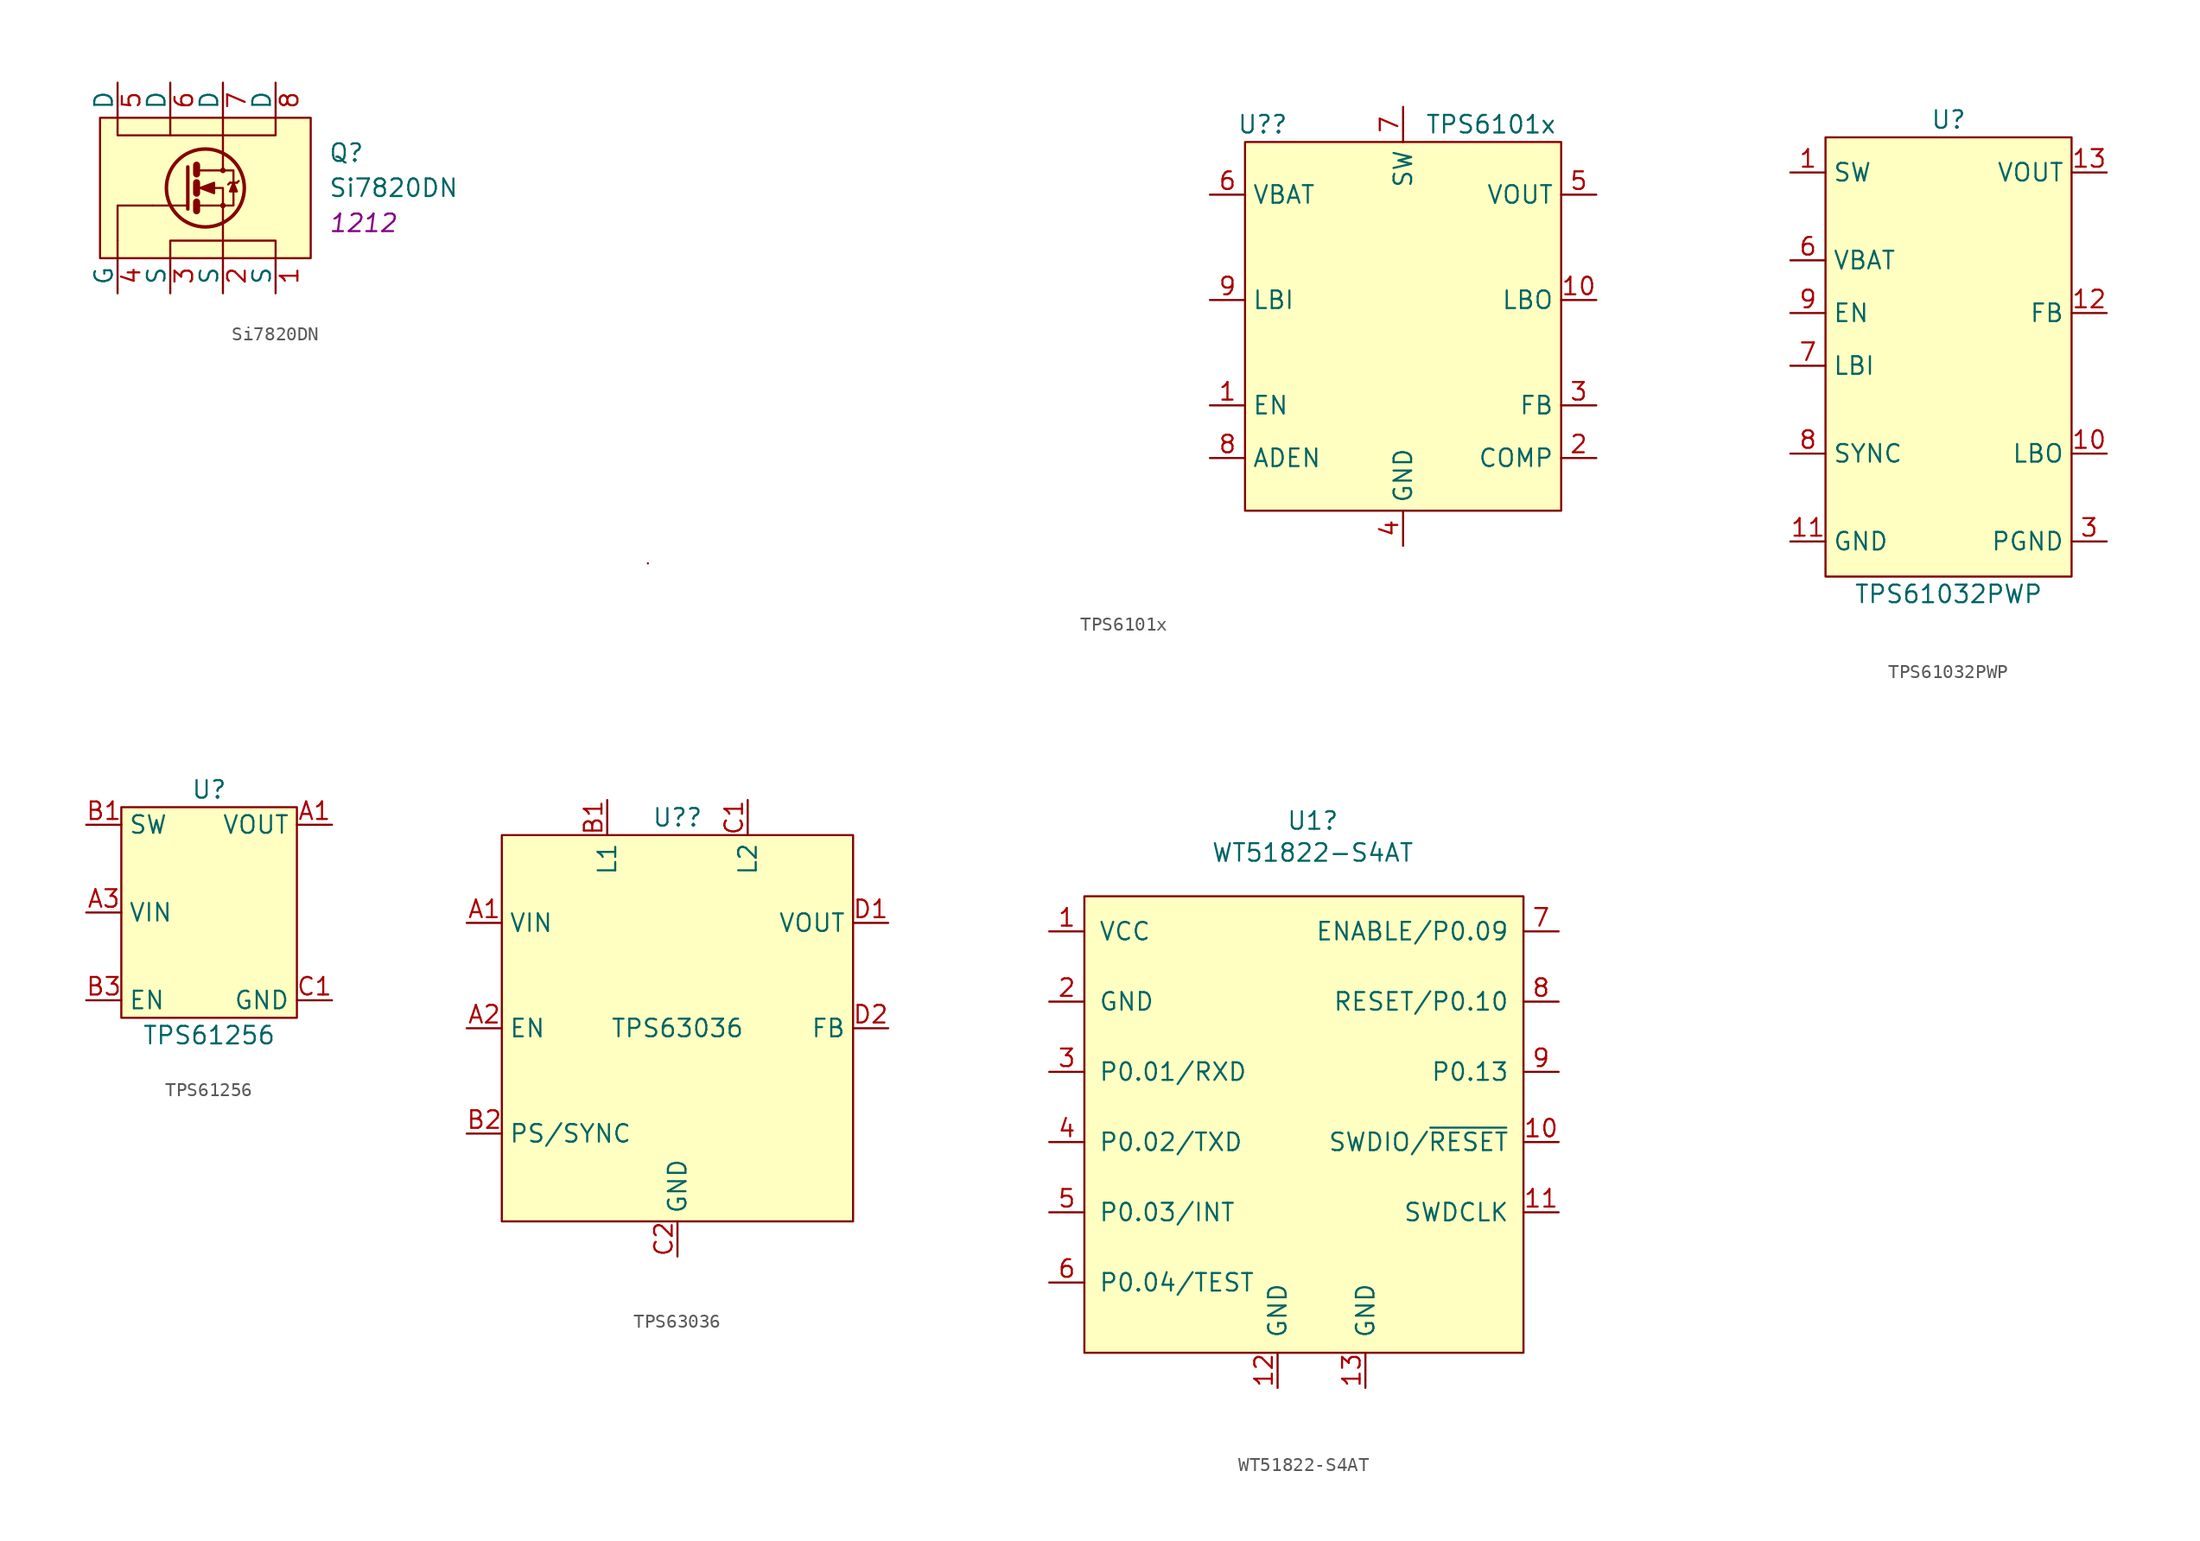
<source format=kicad_sym>
(kicad_symbol_lib
  (version 20211014)
  (generator kicad_symbol_editor)
  (symbol "Si7820DN"
    (pin_names
      (offset 0))
    (property "Reference" "Q"
      (at 10.16 2.54 0)
      (effects (font (size 1.27 1.27)) (justify left)))
    (property "Value" "Si7820DN"
      (at 10.16 0 0)
      (effects (font (size 1.27 1.27)) (justify left)))
    (property "Footprint" "1212"
      (at 10.16 -2.54 0)
      (effects (font (size 1.27 1.27) italic) (justify left)))
    (property "Datasheet" ""
      (at 0 0 0)
      (effects (font (size 1.27 1.27)) (justify left)))
    (symbol "Si7820DN_0_1"
      (rectangle (start -6.35 5.08) (end 8.89 -5.08) (stroke (width 0) (type default) (color 0 0 0 0)) (fill (type background)))
      (polyline (pts (xy -5.08 -3.81) (xy -5.08 -5.08)) (stroke (width 0) (type default) (color 0 0 0 0)) (fill (type none)))
      (polyline (pts (xy -2.54 -1.27) (xy 0 -1.27)) (stroke (width 0) (type default) (color 0 0 0 0)) (fill (type none)))
      (polyline (pts (xy -1.27 5.08) (xy -1.27 3.81)) (stroke (width 0) (type default) (color 0 0 0 0)) (fill (type none)))
      (polyline (pts (xy 0.635 -1.016) (xy 0.635 -1.651)) (stroke (width 0.508) (type default) (color 0 0 0 0)) (fill (type none)))
      (polyline (pts (xy 0.635 0.381) (xy 0.635 -0.381)) (stroke (width 0.508) (type default) (color 0 0 0 0)) (fill (type none)))
      (polyline (pts (xy 0.635 1.651) (xy 0.635 1.016)) (stroke (width 0.508) (type default) (color 0 0 0 0)) (fill (type none)))
      (polyline (pts (xy 2.54 -3.81) (xy 2.54 -5.08)) (stroke (width 0) (type default) (color 0 0 0 0)) (fill (type none)))
      (polyline (pts (xy 2.54 -2.54) (xy 2.54 -3.81)) (stroke (width 0) (type default) (color 0 0 0 0)) (fill (type none)))
      (polyline (pts (xy 2.54 2.54) (xy 2.54 5.08)) (stroke (width 0) (type default) (color 0 0 0 0)) (fill (type none)))
      (polyline (pts (xy 3.048 0.381) (xy 2.921 0.254)) (stroke (width 0) (type default) (color 0 0 0 0)) (fill (type none)))
      (polyline (pts (xy 3.048 0.381) (xy 3.556 0.381)) (stroke (width 0) (type default) (color 0 0 0 0)) (fill (type none)))
      (polyline (pts (xy 3.556 0.381) (xy 3.683 0.508)) (stroke (width 0) (type default) (color 0 0 0 0)) (fill (type none)))
      (polyline (pts (xy -5.08 -3.81) (xy -5.08 -1.27) (xy -2.54 -1.27)) (stroke (width 0) (type default) (color 0 0 0 0)) (fill (type none)))
      (polyline (pts (xy 0 1.524) (xy 0 -1.524) (xy 0 -1.524)) (stroke (width 0.254) (type default) (color 0 0 0 0)) (fill (type none)))
      (polyline (pts (xy -1.27 -5.08) (xy -1.27 -3.81) (xy 6.35 -3.81) (xy 6.35 -5.08)) (stroke (width 0) (type default) (color 0 0 0 0)) (fill (type none)))
      (polyline (pts (xy 0.762 -1.27) (xy 2.54 -1.27) (xy 2.54 -2.54) (xy 2.54 -2.54)) (stroke (width 0) (type default) (color 0 0 0 0)) (fill (type none)))
      (polyline (pts (xy 0.762 1.27) (xy 2.54 1.27) (xy 2.54 2.54) (xy 2.54 2.54)) (stroke (width 0) (type default) (color 0 0 0 0)) (fill (type none)))
      (polyline (pts (xy 2.54 1.27) (xy 3.302 1.27) (xy 3.302 -1.27) (xy 2.54 -1.27)) (stroke (width 0) (type default) (color 0 0 0 0)) (fill (type none)))
      (polyline (pts (xy 3.302 0.381) (xy 3.048 -0.254) (xy 3.556 -0.254) (xy 3.302 0.381)) (stroke (width 0) (type default) (color 0 0 0 0)) (fill (type outline)))
      (polyline (pts (xy -5.08 5.08) (xy -5.08 3.81) (xy 2.54 3.81) (xy 6.35 3.81) (xy 6.35 5.08)) (stroke (width 0) (type default) (color 0 0 0 0)) (fill (type none)))
      (polyline (pts (xy 0.762 0) (xy 1.27 0) (xy 2.54 0) (xy 2.54 -1.27) (xy 2.54 -1.27)) (stroke (width 0) (type default) (color 0 0 0 0)) (fill (type none)))
      (polyline (pts (xy 0.889 0) (xy 1.905 0.381) (xy 1.905 -0.381) (xy 0.889 0) (xy 1.016 0) (xy 1.016 0)) (stroke (width 0) (type default) (color 0 0 0 0)) (fill (type outline)))
      (circle (center 1.27 0) (radius 2.819) (stroke (width 0.254) (type default) (color 0 0 0 0)) (fill (type none)))
      (circle (center 2.54 -1.27) (radius 0.127) (stroke (width 0) (type default) (color 0 0 0 0)) (fill (type none)))
      (circle (center 2.54 1.27) (radius 0.127) (stroke (width 0) (type default) (color 0 0 0 0)) (fill (type none))))
    (symbol "Si7820DN_1_1"
      (pin passive line (at 6.35 -7.62 90) (length 2.54) (name "S" (effects (font (size 1.27 1.27)))) (number "1" (effects (font (size 1.27 1.27)))))
      (pin passive line (at 2.54 -7.62 90) (length 2.54) (name "S" (effects (font (size 1.27 1.27)))) (number "2" (effects (font (size 1.27 1.27)))))
      (pin passive line (at -1.27 -7.62 90) (length 2.54) (name "S" (effects (font (size 1.27 1.27)))) (number "3" (effects (font (size 1.27 1.27)))))
      (pin input line (at -5.08 -7.62 90) (length 2.54) (name "G" (effects (font (size 1.27 1.27)))) (number "4" (effects (font (size 1.27 1.27)))))
      (pin passive line (at -5.08 7.62 270) (length 2.54) (name "D" (effects (font (size 1.27 1.27)))) (number "5" (effects (font (size 1.27 1.27)))))
      (pin output line (at -1.27 7.62 270) (length 2.54) (name "D" (effects (font (size 1.27 1.27)))) (number "6" (effects (font (size 1.27 1.27)))))
      (pin output line (at 2.54 7.62 270) (length 2.54) (name "D" (effects (font (size 1.27 1.27)))) (number "7" (effects (font (size 1.27 1.27)))))
      (pin output line (at 6.35 7.62 270) (length 2.54) (name "D" (effects (font (size 1.27 1.27)))) (number "8" (effects (font (size 1.27 1.27)))))))
  (symbol "TPS6101x"
    (property "Reference" "U?"
      (at -10.16 7.62 0)
      (effects (font (size 1.27 1.27))))
    (property "Value" "TPS6101x"
      (at 6.35 7.62 0)
      (effects (font (size 1.27 1.27))))
    (symbol "TPS6101x_0_1"
      (rectangle (start -54.61 -24.13) (end -54.61 -24.13) (stroke (width 0.152) (type default) (color 0 0 0 0)) (fill (type none)))
      (rectangle (start -11.43 6.35) (end 11.43 -20.32) (stroke (width 0.152) (type default) (color 0 0 0 0)) (fill (type background))))
    (symbol "TPS6101x_1_1"
      (pin input line (at -13.97 -12.7 0) (length 2.54) (name "EN" (effects (font (size 1.27 1.27)))) (number "1" (effects (font (size 1.27 1.27)))))
      (pin output line (at 13.97 -5.08 180) (length 2.54) (name "LBO" (effects (font (size 1.27 1.27)))) (number "10" (effects (font (size 1.27 1.27)))))
      (pin input line (at 13.97 -16.51 180) (length 2.54) (name "COMP" (effects (font (size 1.27 1.27)))) (number "2" (effects (font (size 1.27 1.27)))))
      (pin input line (at 13.97 -12.7 180) (length 2.54) (name "FB" (effects (font (size 1.27 1.27)))) (number "3" (effects (font (size 1.27 1.27)))))
      (pin power_out line (at 0 -22.86 90) (length 2.54) (name "GND" (effects (font (size 1.27 1.27)))) (number "4" (effects (font (size 1.27 1.27)))))
      (pin power_out line (at 13.97 2.54 180) (length 2.54) (name "VOUT" (effects (font (size 1.27 1.27)))) (number "5" (effects (font (size 1.27 1.27)))))
      (pin power_in line (at -13.97 2.54 0) (length 2.54) (name "VBAT" (effects (font (size 1.27 1.27)))) (number "6" (effects (font (size 1.27 1.27)))))
      (pin input line (at 0 8.89 270) (length 2.54) (name "SW" (effects (font (size 1.27 1.27)))) (number "7" (effects (font (size 1.27 1.27)))))
      (pin input line (at -13.97 -16.51 0) (length 2.54) (name "ADEN" (effects (font (size 1.27 1.27)))) (number "8" (effects (font (size 1.27 1.27)))))
      (pin input line (at -13.97 -5.08 0) (length 2.54) (name "LBI" (effects (font (size 1.27 1.27)))) (number "9" (effects (font (size 1.27 1.27)))))))
  (symbol "TPS61032PWP"
    (property "Reference" "U"
      (at 8.89 1.27 0)
      (effects (font (size 1.27 1.27))))
    (property "Value" "TPS61032PWP"
      (at 8.89 -33.02 0)
      (effects (font (size 1.27 1.27))))
    (symbol "TPS61032PWP_0_1"
      (rectangle (start 0 0) (end 17.78 -31.75) (stroke (width 0.152) (type default) (color 0 0 0 0)) (fill (type background))))
    (symbol "TPS61032PWP_1_1"
      (pin input line (at -2.54 -2.54 0) (length 2.54) (name "SW" (effects (font (size 1.27 1.27)))) (number "1" (effects (font (size 1.27 1.27)))))
      (pin output line (at 20.32 -22.86 180) (length 2.54) (name "LBO" (effects (font (size 1.27 1.27)))) (number "10" (effects (font (size 1.27 1.27)))))
      (pin power_out line (at -2.54 -29.21 0) (length 2.54) (name "GND" (effects (font (size 1.27 1.27)))) (number "11" (effects (font (size 1.27 1.27)))))
      (pin input line (at 20.32 -12.7 180) (length 2.54) (name "FB" (effects (font (size 1.27 1.27)))) (number "12" (effects (font (size 1.27 1.27)))))
      (pin power_out line (at 20.32 -2.54 180) (length 2.54) (name "VOUT" (effects (font (size 1.27 1.27)))) (number "13" (effects (font (size 1.27 1.27)))))
      (pin power_out line (at 20.32 -2.54 180) (length 2.54) hide (name "VOUT" (effects (font (size 1.27 1.27)))) (number "14" (effects (font (size 1.27 1.27)))))
      (pin power_out line (at 20.32 -2.54 180) (length 2.54) hide (name "VOUT" (effects (font (size 1.27 1.27)))) (number "15" (effects (font (size 1.27 1.27)))))
      (pin power_out line (at 20.32 -29.21 180) (length 2.54) hide (name "PGND" (effects (font (size 1.27 1.27)))) (number "16" (effects (font (size 1.27 1.27)))))
      (pin input line (at -2.54 -2.54 0) (length 2.54) hide (name "SW" (effects (font (size 1.27 1.27)))) (number "2" (effects (font (size 1.27 1.27)))))
      (pin power_out line (at 20.32 -29.21 180) (length 2.54) (name "PGND" (effects (font (size 1.27 1.27)))) (number "3" (effects (font (size 1.27 1.27)))))
      (pin power_out line (at 20.32 -29.21 180) (length 2.54) hide (name "PGND" (effects (font (size 1.27 1.27)))) (number "4" (effects (font (size 1.27 1.27)))))
      (pin power_out line (at 20.32 -29.21 180) (length 2.54) hide (name "PGND" (effects (font (size 1.27 1.27)))) (number "5" (effects (font (size 1.27 1.27)))))
      (pin power_in line (at -2.54 -8.89 0) (length 2.54) (name "VBAT" (effects (font (size 1.27 1.27)))) (number "6" (effects (font (size 1.27 1.27)))))
      (pin input line (at -2.54 -16.51 0) (length 2.54) (name "LBI" (effects (font (size 1.27 1.27)))) (number "7" (effects (font (size 1.27 1.27)))))
      (pin input line (at -2.54 -22.86 0) (length 2.54) (name "SYNC" (effects (font (size 1.27 1.27)))) (number "8" (effects (font (size 1.27 1.27)))))
      (pin input line (at -2.54 -12.7 0) (length 2.54) (name "EN" (effects (font (size 1.27 1.27)))) (number "9" (effects (font (size 1.27 1.27)))))))
  (symbol "TPS61256"
    (property "Reference" "U"
      (at 6.35 0 0)
      (effects (font (size 1.27 1.27))))
    (property "Value" "TPS61256"
      (at 6.35 -17.78 0)
      (effects (font (size 1.27 1.27))))
    (symbol "TPS61256_0_1"
      (rectangle (start 0 -1.27) (end 12.7 -16.51) (stroke (width 0.152) (type default) (color 0 0 0 0)) (fill (type background))))
    (symbol "TPS61256_1_1"
      (pin power_out line (at 15.24 -2.54 180) (length 2.54) (name "VOUT" (effects (font (size 1.27 1.27)))) (number "A1" (effects (font (size 1.27 1.27)))))
      (pin power_out line (at 15.24 -2.54 180) (length 2.54) hide (name "VOUT" (effects (font (size 1.27 1.27)))) (number "A2" (effects (font (size 1.27 1.27)))))
      (pin power_in line (at -2.54 -8.89 0) (length 2.54) (name "VIN" (effects (font (size 1.27 1.27)))) (number "A3" (effects (font (size 1.27 1.27)))))
      (pin bidirectional line (at -2.54 -2.54 0) (length 2.54) (name "SW" (effects (font (size 1.27 1.27)))) (number "B1" (effects (font (size 1.27 1.27)))))
      (pin input line (at -2.54 -2.54 0) (length 2.54) hide (name "SW" (effects (font (size 1.27 1.27)))) (number "B2" (effects (font (size 1.27 1.27)))))
      (pin input line (at -2.54 -15.24 0) (length 2.54) (name "EN" (effects (font (size 1.27 1.27)))) (number "B3" (effects (font (size 1.27 1.27)))))
      (pin power_out line (at 15.24 -15.24 180) (length 2.54) (name "GND" (effects (font (size 1.27 1.27)))) (number "C1" (effects (font (size 1.27 1.27)))))
      (pin power_out line (at 15.24 -15.24 180) (length 2.54) hide (name "GND" (effects (font (size 1.27 1.27)))) (number "C2" (effects (font (size 1.27 1.27)))))
      (pin power_out line (at 15.24 -15.24 180) (length 2.54) hide (name "GND" (effects (font (size 1.27 1.27)))) (number "C3" (effects (font (size 1.27 1.27)))))))
  (symbol "TPS63036"
    (property "Reference" "U?"
      (at 0 1.27 0)
      (effects (font (size 1.27 1.27))))
    (property "Value" "TPS63036"
      (at 0 -13.97 0)
      (effects (font (size 1.27 1.27))))
    (symbol "TPS63036_0_1"
      (rectangle (start -12.7 0) (end 12.7 -27.94) (stroke (width 0.152) (type default) (color 0 0 0 0)) (fill (type background))))
    (symbol "TPS63036_1_1"
      (pin power_in line (at -15.24 -6.35 0) (length 2.54) (name "VIN" (effects (font (size 1.27 1.27)))) (number "A1" (effects (font (size 1.27 1.27)))))
      (pin input line (at -15.24 -13.97 0) (length 2.54) (name "EN" (effects (font (size 1.27 1.27)))) (number "A2" (effects (font (size 1.27 1.27)))))
      (pin bidirectional line (at -5.08 2.54 270) (length 2.54) (name "L1" (effects (font (size 1.27 1.27)))) (number "B1" (effects (font (size 1.27 1.27)))))
      (pin input line (at -15.24 -21.59 0) (length 2.54) (name "PS/SYNC" (effects (font (size 1.27 1.27)))) (number "B2" (effects (font (size 1.27 1.27)))))
      (pin bidirectional line (at 5.08 2.54 270) (length 2.54) (name "L2" (effects (font (size 1.27 1.27)))) (number "C1" (effects (font (size 1.27 1.27)))))
      (pin power_out line (at 0 -30.48 90) (length 2.54) (name "GND" (effects (font (size 1.27 1.27)))) (number "C2" (effects (font (size 1.27 1.27)))))
      (pin power_out line (at 15.24 -6.35 180) (length 2.54) (name "VOUT" (effects (font (size 1.27 1.27)))) (number "D1" (effects (font (size 1.27 1.27)))))
      (pin input line (at 15.24 -13.97 180) (length 2.54) (name "FB" (effects (font (size 1.27 1.27)))) (number "D2" (effects (font (size 1.27 1.27)))))))
  (symbol "WT51822-S4AT"
    (pin_names
      (offset 1.016))
    (property "Reference" "U1"
      (at 0 19.431 0)
      (effects (font (size 1.27 1.27))))
    (property "Value" "WT51822-S4AT"
      (at 0 17.12 0)
      (effects (font (size 1.27 1.27))))
    (symbol "WT51822-S4AT_0_1"
      (rectangle (start -16.51 13.97) (end 15.24 -19.05) (stroke (width 0) (type default) (color 0 0 0 0)) (fill (type background))))
    (symbol "WT51822-S4AT_1_1"
      (pin power_in line (at -19.05 11.43 0) (length 2.54) (name "VCC" (effects (font (size 1.27 1.27)))) (number "1" (effects (font (size 1.27 1.27)))))
      (pin bidirectional line (at 17.78 -3.81 180) (length 2.54) (name "SWDIO/~{RESET}" (effects (font (size 1.27 1.27)))) (number "10" (effects (font (size 1.27 1.27)))))
      (pin input line (at 17.78 -8.89 180) (length 2.54) (name "SWDCLK" (effects (font (size 1.27 1.27)))) (number "11" (effects (font (size 1.27 1.27)))))
      (pin power_out line (at -2.54 -21.59 90) (length 2.54) (name "GND" (effects (font (size 1.27 1.27)))) (number "12" (effects (font (size 1.27 1.27)))))
      (pin power_out line (at 3.81 -21.59 90) (length 2.54) (name "GND" (effects (font (size 1.27 1.27)))) (number "13" (effects (font (size 1.27 1.27)))))
      (pin power_out line (at -19.05 6.35 0) (length 2.54) (name "GND" (effects (font (size 1.27 1.27)))) (number "2" (effects (font (size 1.27 1.27)))))
      (pin input line (at -19.05 1.27 0) (length 2.54) (name "P0.01/RXD" (effects (font (size 1.27 1.27)))) (number "3" (effects (font (size 1.27 1.27)))))
      (pin output line (at -19.05 -3.81 0) (length 2.54) (name "P0.02/TXD" (effects (font (size 1.27 1.27)))) (number "4" (effects (font (size 1.27 1.27)))))
      (pin output line (at -19.05 -8.89 0) (length 2.54) (name "P0.03/INT" (effects (font (size 1.27 1.27)))) (number "5" (effects (font (size 1.27 1.27)))))
      (pin input line (at -19.05 -13.97 0) (length 2.54) (name "P0.04/TEST" (effects (font (size 1.27 1.27)))) (number "6" (effects (font (size 1.27 1.27)))))
      (pin input line (at 17.78 11.43 180) (length 2.54) (name "ENABLE/P0.09" (effects (font (size 1.27 1.27)))) (number "7" (effects (font (size 1.27 1.27)))))
      (pin input line (at 17.78 6.35 180) (length 2.54) (name "RESET/P0.10" (effects (font (size 1.27 1.27)))) (number "8" (effects (font (size 1.27 1.27)))))
      (pin bidirectional line (at 17.78 1.27 180) (length 2.54) (name "P0.13" (effects (font (size 1.27 1.27)))) (number "9" (effects (font (size 1.27 1.27))))))))
</source>
